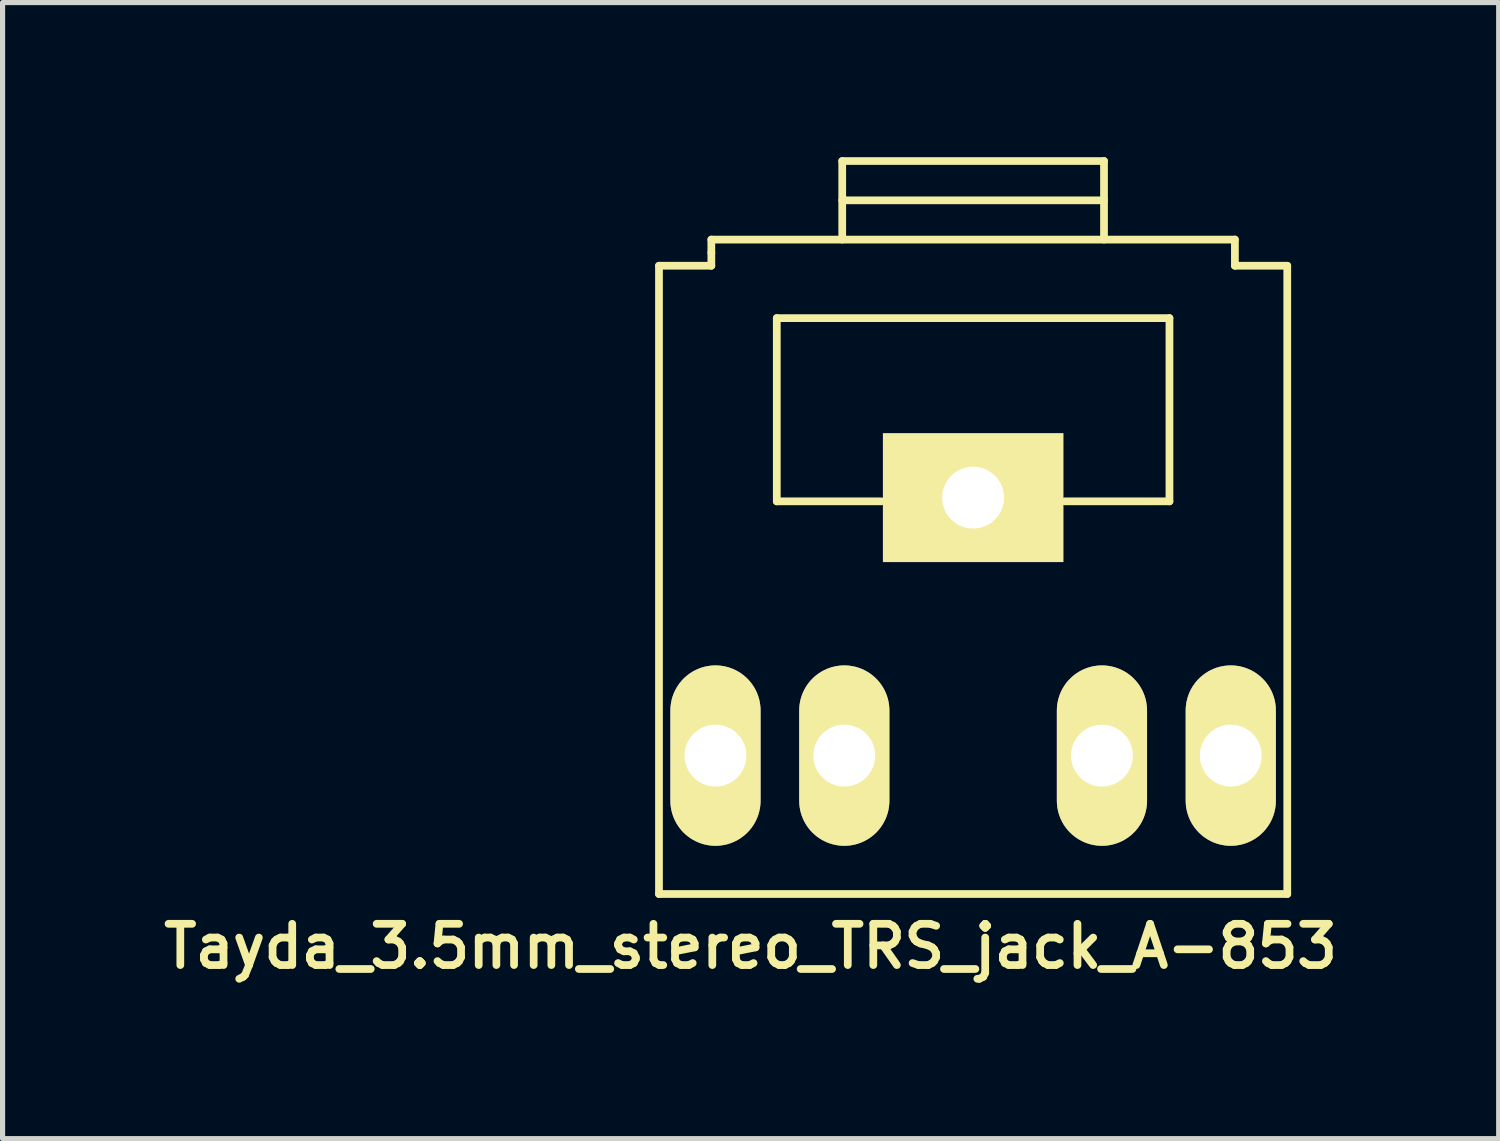
<source format=kicad_pcb>
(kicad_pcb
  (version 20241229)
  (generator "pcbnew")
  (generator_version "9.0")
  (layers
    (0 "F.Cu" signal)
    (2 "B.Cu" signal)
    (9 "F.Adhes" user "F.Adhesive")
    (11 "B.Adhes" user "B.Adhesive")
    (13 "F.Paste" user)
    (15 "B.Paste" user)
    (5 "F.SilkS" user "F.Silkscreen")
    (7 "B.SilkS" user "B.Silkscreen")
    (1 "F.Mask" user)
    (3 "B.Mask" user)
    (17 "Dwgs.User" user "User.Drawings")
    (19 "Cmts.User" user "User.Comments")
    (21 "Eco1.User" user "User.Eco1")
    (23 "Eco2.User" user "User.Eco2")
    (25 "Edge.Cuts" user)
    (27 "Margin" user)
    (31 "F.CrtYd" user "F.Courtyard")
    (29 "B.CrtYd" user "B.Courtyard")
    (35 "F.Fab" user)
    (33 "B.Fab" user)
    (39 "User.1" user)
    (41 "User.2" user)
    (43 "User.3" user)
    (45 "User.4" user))
  (footprint "Tayda_3.5mm_stereo_TRS_jack_A-853"
    (layer "F.Cu")
    (at 15.834 8.203)
    (property "Reference" "Tayda_3.5mm_stereo_TRS_jack_A-853" (at -4.318 7.112 0) (layer "F.SilkS") (effects (font (size 0.8 0.8) (thickness 0.15))))
    (attr through_hole)
    (fp_line (start -6.096 6.096) (end -6.096 -6.096) (stroke (width 0.15) (type solid)) (layer "F.SilkS"))
    (fp_line (start -5.08 -6.604) (end 5.08 -6.604) (stroke (width 0.15) (type solid)) (layer "F.SilkS"))
    (fp_line (start -5.08 -6.35) (end -5.08 -6.604) (stroke (width 0.15) (type solid)) (layer "F.SilkS"))
    (fp_line (start -5.08 -6.096) (end -6.096 -6.096) (stroke (width 0.15) (type solid)) (layer "F.SilkS"))
    (fp_line (start -5.08 -6.096) (end -5.08 -6.35) (stroke (width 0.15) (type solid)) (layer "F.SilkS"))
    (fp_line (start -3.81 -5.08) (end 3.81 -5.08) (stroke (width 0.15) (type solid)) (layer "F.SilkS"))
    (fp_line (start -3.81 -1.524) (end -3.81 -5.08) (stroke (width 0.15) (type solid)) (layer "F.SilkS"))
    (fp_line (start -2.54 -8.128) (end -2.54 -6.604) (stroke (width 0.15) (type solid)) (layer "F.SilkS"))
    (fp_line (start -2.54 -8.128) (end 2.54 -8.128) (stroke (width 0.15) (type solid)) (layer "F.SilkS"))
    (fp_line (start -2.54 -7.366) (end 2.54 -7.366) (stroke (width 0.15) (type solid)) (layer "F.SilkS"))
    (fp_line (start -1.778 -1.524) (end -3.81 -1.524) (stroke (width 0.15) (type solid)) (layer "F.SilkS"))
    (fp_line (start 2.54 -6.604) (end 2.54 -8.128) (stroke (width 0.15) (type solid)) (layer "F.SilkS"))
    (fp_line (start 3.81 -5.08) (end 3.81 -1.524) (stroke (width 0.15) (type solid)) (layer "F.SilkS"))
    (fp_line (start 3.81 -1.524) (end 1.778 -1.524) (stroke (width 0.15) (type solid)) (layer "F.SilkS"))
    (fp_line (start 5.08 -6.604) (end 5.08 -6.096) (stroke (width 0.15) (type solid)) (layer "F.SilkS"))
    (fp_line (start 6.096 -6.096) (end 5.08 -6.096) (stroke (width 0.15) (type solid)) (layer "F.SilkS"))
    (fp_line (start 6.096 -6.096) (end 6.096 6.096) (stroke (width 0.15) (type solid)) (layer "F.SilkS"))
    (fp_line (start 6.096 6.096) (end -6.096 6.096) (stroke (width 0.15) (type solid)) (layer "F.SilkS"))
    (pad "R" thru_hole oval (at 2.5 3.41) (size 1.75 3.5) (drill 1.2) (layers "*.Cu" "*.Mask" "F.SilkS"))
    (pad "RN" thru_hole oval (at 5 3.41) (size 1.75 3.5) (drill 1.2) (layers "*.Cu" "*.Mask" "F.SilkS"))
    (pad "S" thru_hole rect (at 0 -1.596) (size 3.5 2.5) (drill 1.2) (layers "*.Cu" "*.Mask" "F.SilkS"))
    (pad "T" thru_hole oval (at -5 3.41) (size 1.75 3.5) (drill 1.2) (layers "*.Cu" "*.Mask" "F.SilkS"))
    (pad "TN" thru_hole oval (at -2.5 3.41) (size 1.75 3.5) (drill 1.2) (layers "*.Cu" "*.Mask" "F.SilkS")))
  (gr_rect
    (start -3 -3)
    (end 26.033 19.046)
    (stroke (width 0.1) (type default))
    (fill no)
    (layer "Edge.Cuts")))
</source>
